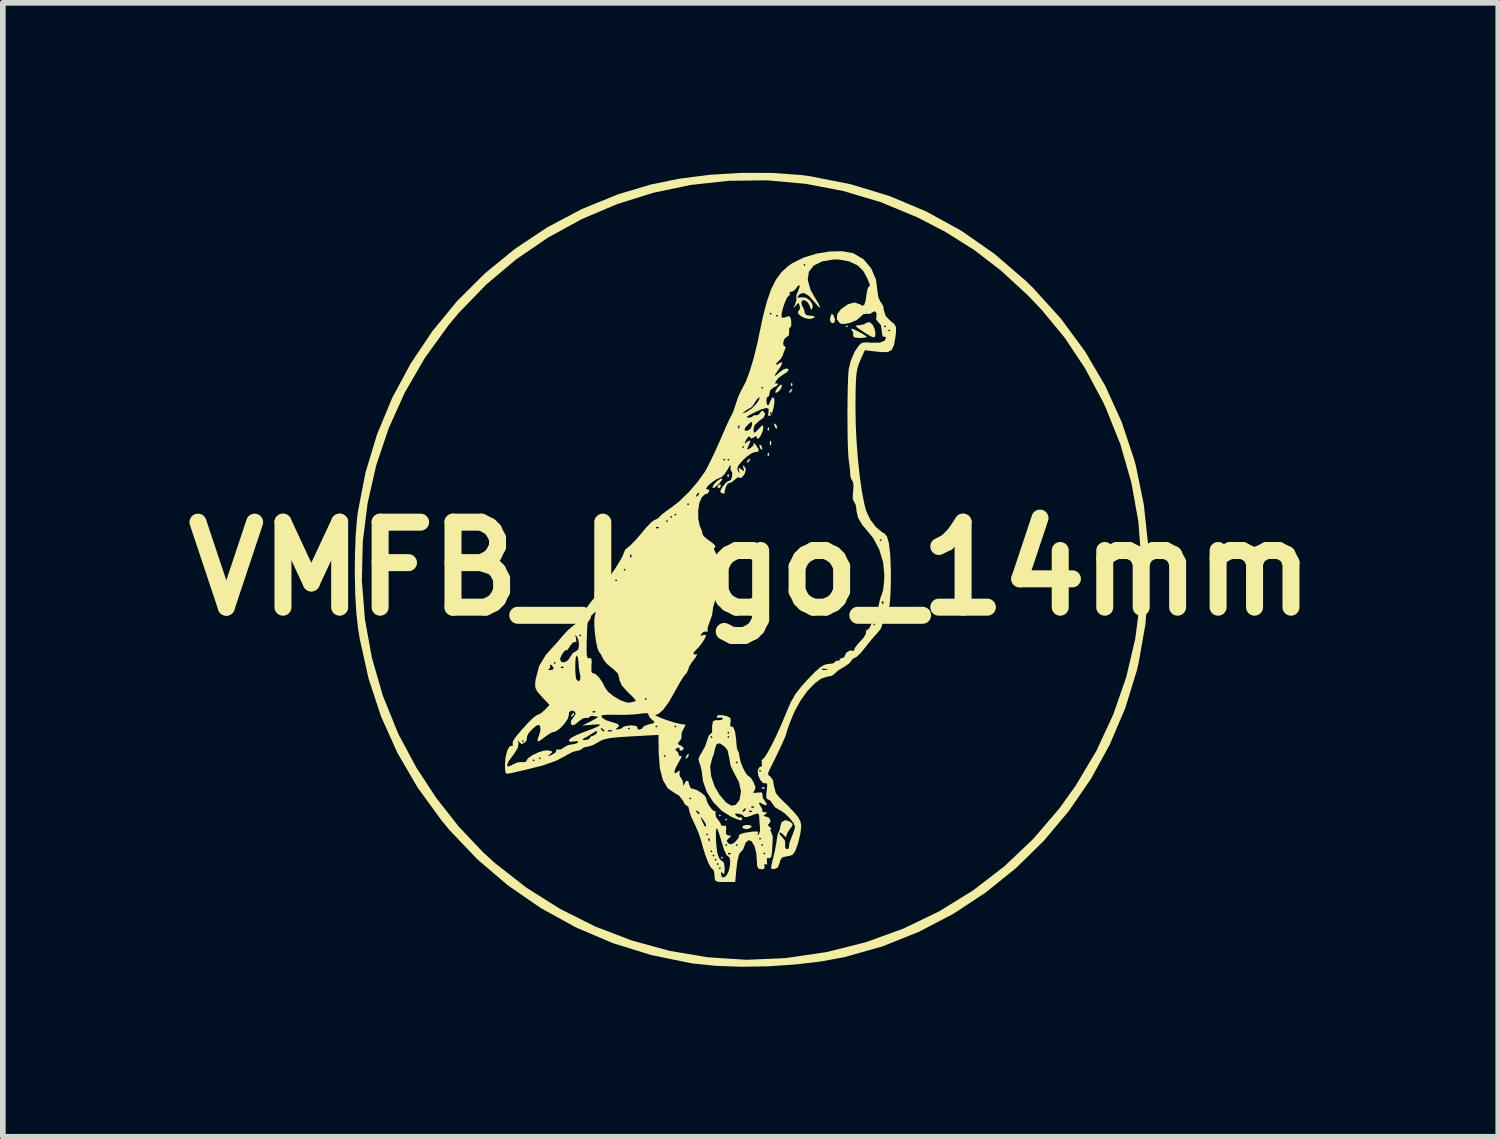
<source format=kicad_pcb>
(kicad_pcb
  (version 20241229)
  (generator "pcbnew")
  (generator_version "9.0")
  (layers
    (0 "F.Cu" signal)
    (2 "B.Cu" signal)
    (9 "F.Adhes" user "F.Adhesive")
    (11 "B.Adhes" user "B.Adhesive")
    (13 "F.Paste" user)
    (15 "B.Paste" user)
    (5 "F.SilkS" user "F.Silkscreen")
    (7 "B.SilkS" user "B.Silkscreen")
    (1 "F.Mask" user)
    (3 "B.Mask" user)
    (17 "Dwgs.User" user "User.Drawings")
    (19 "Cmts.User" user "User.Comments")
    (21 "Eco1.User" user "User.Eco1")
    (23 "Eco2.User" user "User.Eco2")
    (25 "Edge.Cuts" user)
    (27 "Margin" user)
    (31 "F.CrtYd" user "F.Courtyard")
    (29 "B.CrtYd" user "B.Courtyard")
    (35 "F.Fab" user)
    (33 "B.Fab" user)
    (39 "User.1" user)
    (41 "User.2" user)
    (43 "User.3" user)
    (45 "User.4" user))
  (footprint "VMFB_logo_14mm"
    (layer "F.Cu")
    (at 10.193 6.985)
    (property "Reference" "VMFB_logo_14mm" (at 0 0 0) (layer "F.SilkS") (effects (font (size 1.5 1.5) (thickness 0.3))))
    (attr board_only exclude_from_pos_files exclude_from_bom)
    (fp_poly (pts (xy -0.523 4.352) (xy -0.542 4.37) (xy -0.56 4.352) (xy -0.542 4.333)) (stroke (width 0) (type solid)) (fill yes) (layer "F.SilkS"))
    (fp_poly (pts (xy -0.486 5.099) (xy -0.504 5.117) (xy -0.523 5.099) (xy -0.504 5.08)) (stroke (width 0) (type solid)) (fill yes) (layer "F.SilkS"))
    (fp_poly (pts (xy -0.411 4.426) (xy -0.43 4.445) (xy -0.448 4.426) (xy -0.43 4.408)) (stroke (width 0) (type solid)) (fill yes) (layer "F.SilkS"))
    (fp_poly (pts (xy 1.718 -4.277) (xy 1.7 -4.258) (xy 1.681 -4.277) (xy 1.7 -4.296)) (stroke (width 0) (type solid)) (fill yes) (layer "F.SilkS"))
    (fp_poly (pts (xy -0.386 -1.668) (xy -0.382 -1.624) (xy -0.386 -1.619) (xy -0.408 -1.624) (xy -0.411 -1.644) (xy -0.397 -1.674)) (stroke (width 0) (type solid)) (fill yes) (layer "F.SilkS"))
    (fp_poly (pts (xy 0.249 3.86) (xy 0.244 3.882) (xy 0.224 3.885) (xy 0.193 3.871) (xy 0.199 3.86) (xy 0.244 3.855)) (stroke (width 0) (type solid)) (fill yes) (layer "F.SilkS"))
    (fp_poly (pts (xy 0.324 -2.49) (xy 0.328 -2.446) (xy 0.324 -2.44) (xy 0.302 -2.446) (xy 0.299 -2.465) (xy 0.312 -2.496)) (stroke (width 0) (type solid)) (fill yes) (layer "F.SilkS"))
    (fp_poly (pts (xy 0.324 -2.042) (xy 0.328 -1.998) (xy 0.324 -1.992) (xy 0.302 -1.997) (xy 0.299 -2.017) (xy 0.312 -2.048)) (stroke (width 0) (type solid)) (fill yes) (layer "F.SilkS"))
    (fp_poly (pts (xy 0.362 -2.248) (xy 0.366 -2.19) (xy 0.359 -2.177) (xy 0.342 -2.188) (xy 0.339 -2.226) (xy 0.348 -2.265)) (stroke (width 0) (type solid)) (fill yes) (layer "F.SilkS"))
    (fp_poly (pts (xy 0.735 -3.275) (xy 0.739 -3.23) (xy 0.735 -3.225) (xy 0.712 -3.23) (xy 0.71 -3.25) (xy 0.723 -3.28)) (stroke (width 0) (type solid)) (fill yes) (layer "F.SilkS"))
    (fp_poly (pts (xy -1.095 3.307) (xy -1.116 3.334) (xy -1.147 3.358) (xy -1.14 3.321) (xy -1.137 3.313) (xy -1.107 3.268) (xy -1.09 3.267)) (stroke (width 0) (type solid)) (fill yes) (layer "F.SilkS"))
    (fp_poly (pts (xy 0.186 -2.177) (xy 0.2 -2.149) (xy 0.209 -2.097) (xy 0.184 -2.107) (xy 0.167 -2.132) (xy 0.155 -2.18) (xy 0.16 -2.189)) (stroke (width 0) (type solid)) (fill yes) (layer "F.SilkS"))
    (fp_poly (pts (xy 0.447 -2.55) (xy 0.461 -2.523) (xy 0.471 -2.47) (xy 0.446 -2.481) (xy 0.428 -2.505) (xy 0.417 -2.554) (xy 0.421 -2.563)) (stroke (width 0) (type solid)) (fill yes) (layer "F.SilkS"))
    (fp_poly (pts (xy -3.112 2.564) (xy -3.119 2.577) (xy -3.154 2.613) (xy -3.161 2.615) (xy -3.163 2.591) (xy -3.156 2.577) (xy -3.121 2.542) (xy -3.115 2.54)) (stroke (width 0) (type solid)) (fill yes) (layer "F.SilkS"))
    (fp_poly (pts (xy -0.523 -1.465) (xy -0.523 -1.457) (xy -0.552 -1.421) (xy -0.562 -1.419) (xy -0.585 -1.442) (xy -0.579 -1.457) (xy -0.545 -1.492) (xy -0.539 -1.494)) (stroke (width 0) (type solid)) (fill yes) (layer "F.SilkS"))
    (fp_poly (pts (xy -0.012 -1.918) (xy -0.019 -1.905) (xy -0.054 -1.869) (xy -0.06 -1.868) (xy -0.063 -1.892) (xy -0.056 -1.905) (xy -0.021 -1.941) (xy -0.014 -1.942)) (stroke (width 0) (type solid)) (fill yes) (layer "F.SilkS"))
    (fp_poly (pts (xy 0.01 4.532) (xy 0.019 4.557) (xy -0.034 4.588) (xy -0.077 4.594) (xy -0.136 4.578) (xy -0.149 4.557) (xy -0.117 4.529) (xy -0.054 4.52)) (stroke (width 0) (type solid)) (fill yes) (layer "F.SilkS"))
    (fp_poly (pts (xy 0.735 -3.151) (xy 0.728 -3.138) (xy 0.693 -3.102) (xy 0.687 -3.1) (xy 0.684 -3.124) (xy 0.691 -3.138) (xy 0.726 -3.173) (xy 0.733 -3.175)) (stroke (width 0) (type solid)) (fill yes) (layer "F.SilkS"))
    (fp_poly (pts (xy 1.46 -4.478) (xy 1.461 -4.476) (xy 1.49 -4.402) (xy 1.482 -4.347) (xy 1.448 -4.331) (xy 1.411 -4.354) (xy 1.402 -4.402) (xy 1.41 -4.45) (xy 1.432 -4.499)) (stroke (width 0) (type solid)) (fill yes) (layer "F.SilkS"))
    (fp_poly (pts (xy -0.509 -1.558) (xy -0.562 -1.496) (xy -0.577 -1.481) (xy -0.643 -1.426) (xy -0.672 -1.43) (xy -0.672 -1.438) (xy -0.648 -1.487) (xy -0.594 -1.544) (xy -0.534 -1.585) (xy -0.495 -1.591)) (stroke (width 0) (type solid)) (fill yes) (layer "F.SilkS"))
    (fp_poly (pts (xy 0.554 -3.245) (xy 0.543 -3.189) (xy 0.496 -3.129) (xy 0.442 -3.1) (xy 0.442 -3.1) (xy 0.437 -3.125) (xy 0.472 -3.186) (xy 0.475 -3.19) (xy 0.524 -3.243) (xy 0.554 -3.246)) (stroke (width 0) (type solid)) (fill yes) (layer "F.SilkS"))
    (fp_poly (pts (xy 1.812 -4.228) (xy 1.896 -4.188) (xy 1.989 -4.137) (xy 2.046 -4.1) (xy 2.054 -4.089) (xy 2.021 -4.078) (xy 1.94 -4.072) (xy 1.921 -4.071) (xy 1.834 -4.081) (xy 1.81 -4.106) (xy 1.813 -4.11) (xy 1.811 -4.167) (xy 1.787 -4.209) (xy 1.773 -4.237)) (stroke (width 0) (type solid)) (fill yes) (layer "F.SilkS"))
    (fp_poly (pts (xy 2.151 -4.309) (xy 2.191 -4.23) (xy 2.203 -4.156) (xy 2.198 -4.099) (xy 2.175 -4.081) (xy 2.119 -4.101) (xy 2.019 -4.162) (xy 1.982 -4.186) (xy 1.89 -4.249) (xy 1.856 -4.282) (xy 1.874 -4.294) (xy 1.909 -4.296) (xy 1.999 -4.312) (xy 2.047 -4.34) (xy 2.098 -4.352)) (stroke (width 0) (type solid)) (fill yes) (layer "F.SilkS"))
    (fp_poly (pts (xy 0.378 -6.984) (xy 0.89 -6.947) (xy 1.041 -6.927) (xy 1.761 -6.786) (xy 2.447 -6.578) (xy 3.1 -6.304) (xy 3.72 -5.963) (xy 4.304 -5.556) (xy 4.854 -5.082) (xy 4.988 -4.951) (xy 5.477 -4.412) (xy 5.9 -3.837) (xy 6.258 -3.228) (xy 6.55 -2.586) (xy 6.773 -1.914) (xy 6.8 -1.812) (xy 6.939 -1.134) (xy 7.014 -0.434) (xy 7.023 0.274) (xy 6.968 0.977) (xy 6.848 1.659) (xy 6.815 1.8) (xy 6.609 2.466) (xy 6.338 3.103) (xy 6.006 3.708) (xy 5.616 4.275) (xy 5.174 4.802) (xy 4.684 5.282) (xy 4.149 5.713) (xy 3.576 6.09) (xy 2.967 6.408) (xy 2.327 6.664) (xy 1.661 6.852) (xy 1.651 6.854) (xy 1.24 6.93) (xy 0.786 6.983) (xy 0.311 7.015) (xy -0.163 7.023) (xy -0.613 7.007) (xy -1.018 6.965) (xy -1.046 6.961) (xy -1.751 6.817) (xy -2.433 6.605) (xy -3.085 6.327) (xy -3.704 5.986) (xy -4.285 5.584) (xy -4.822 5.126) (xy -5.311 4.612) (xy -5.45 4.445) (xy -5.874 3.862) (xy -6.23 3.251) (xy -6.518 2.611) (xy -6.74 1.938) (xy -6.897 1.23) (xy -6.927 1.041) (xy -6.956 0.773) (xy -6.975 0.453) (xy -6.98 0.209) (xy -6.858 0.209) (xy -6.804 0.893) (xy -6.681 1.571) (xy -6.488 2.24) (xy -6.224 2.892) (xy -6.196 2.95) (xy -5.896 3.51) (xy -5.543 4.048) (xy -5.15 4.548) (xy -4.726 4.996) (xy -4.512 5.192) (xy -3.957 5.626) (xy -3.364 6) (xy -2.742 6.312) (xy -2.094 6.56) (xy -1.429 6.742) (xy -0.753 6.856) (xy -0.071 6.9) (xy 0.609 6.871) (xy 0.619 6.87) (xy 1.34 6.764) (xy 2.034 6.59) (xy 2.699 6.349) (xy 3.33 6.044) (xy 3.924 5.677) (xy 4.478 5.251) (xy 4.988 4.767) (xy 5.45 4.228) (xy 5.736 3.829) (xy 6.103 3.212) (xy 6.4 2.572) (xy 6.629 1.911) (xy 6.788 1.236) (xy 6.876 0.551) (xy 6.895 -0.14) (xy 6.843 -0.831) (xy 6.72 -1.517) (xy 6.526 -2.194) (xy 6.26 -2.857) (xy 6.215 -2.951) (xy 5.901 -3.538) (xy 5.545 -4.073) (xy 5.134 -4.571) (xy 4.878 -4.838) (xy 4.418 -5.261) (xy 3.946 -5.624) (xy 3.44 -5.942) (xy 2.95 -6.197) (xy 2.303 -6.466) (xy 1.641 -6.664) (xy 0.969 -6.792) (xy 0.293 -6.853) (xy -0.383 -6.845) (xy -1.053 -6.772) (xy -1.713 -6.634) (xy -2.356 -6.433) (xy -2.978 -6.169) (xy -3.573 -5.843) (xy -4.137 -5.458) (xy -4.664 -5.014) (xy -5.15 -4.512) (xy -5.328 -4.299) (xy -5.746 -3.72) (xy -6.099 -3.112) (xy -6.385 -2.478) (xy -6.605 -1.824) (xy -6.757 -1.155) (xy -6.842 -0.475) (xy -6.858 0.209) (xy -6.98 0.209) (xy -6.983 0.105) (xy -6.98 -0.249) (xy -6.967 -0.587) (xy -6.943 -0.886) (xy -6.928 -1.006) (xy -6.793 -1.701) (xy -6.59 -2.372) (xy -6.323 -3.014) (xy -5.996 -3.622) (xy -5.613 -4.193) (xy -5.177 -4.723) (xy -4.691 -5.208) (xy -4.16 -5.642) (xy -3.587 -6.024) (xy -2.976 -6.347) (xy -2.331 -6.609) (xy -1.756 -6.78) (xy -1.258 -6.882) (xy -0.72 -6.951) (xy -0.167 -6.985)) (stroke (width 0) (type solid)) (fill yes) (layer "F.SilkS"))
    (fp_poly (pts (xy 1.806 -5.568) (xy 1.819 -5.563) (xy 1.995 -5.459) (xy 2.129 -5.3) (xy 2.214 -5.1) (xy 2.241 -4.888) (xy 2.256 -4.785) (xy 2.292 -4.712) (xy 2.297 -4.706) (xy 2.34 -4.636) (xy 2.353 -4.56) (xy 2.386 -4.456) (xy 2.468 -4.374) (xy 2.535 -4.319) (xy 2.566 -4.266) (xy 2.568 -4.189) (xy 2.558 -4.096) (xy 2.532 -3.948) (xy 2.493 -3.862) (xy 2.425 -3.824) (xy 2.311 -3.822) (xy 2.234 -3.83) (xy 2.016 -3.855) (xy 1.935 -3.674) (xy 1.905 -3.599) (xy 1.883 -3.523) (xy 1.868 -3.43) (xy 1.859 -3.307) (xy 1.854 -3.141) (xy 1.852 -2.917) (xy 1.851 -2.857) (xy 1.856 -2.546) (xy 1.872 -2.223) (xy 1.897 -1.905) (xy 1.93 -1.605) (xy 1.969 -1.339) (xy 2.012 -1.123) (xy 2.044 -1.011) (xy 2.115 -0.863) (xy 2.215 -0.732) (xy 2.324 -0.643) (xy 2.357 -0.627) (xy 2.406 -0.572) (xy 2.442 -0.448) (xy 2.465 -0.254) (xy 2.475 0.012) (xy 2.475 0.219) (xy 2.47 0.426) (xy 2.461 0.576) (xy 2.445 0.684) (xy 2.419 0.768) (xy 2.392 0.827) (xy 2.345 0.926) (xy 2.318 0.999) (xy 2.316 1.015) (xy 2.292 1.068) (xy 2.233 1.139) (xy 2.232 1.14) (xy 2.161 1.219) (xy 2.071 1.327) (xy 2.017 1.397) (xy 1.94 1.49) (xy 1.874 1.553) (xy 1.844 1.569) (xy 1.794 1.599) (xy 1.78 1.623) (xy 1.735 1.675) (xy 1.651 1.732) (xy 1.636 1.74) (xy 1.546 1.795) (xy 1.487 1.848) (xy 1.483 1.854) (xy 1.427 1.892) (xy 1.351 1.905) (xy 1.248 1.938) (xy 1.128 2.027) (xy 1.002 2.16) (xy 0.883 2.325) (xy 0.781 2.509) (xy 0.751 2.577) (xy 0.697 2.712) (xy 0.656 2.821) (xy 0.636 2.887) (xy 0.635 2.894) (xy 0.619 2.945) (xy 0.576 3.047) (xy 0.513 3.184) (xy 0.437 3.342) (xy 0.356 3.504) (xy 0.345 3.526) (xy 0.31 3.602) (xy 0.316 3.643) (xy 0.35 3.667) (xy 0.397 3.732) (xy 0.411 3.822) (xy 0.446 3.958) (xy 0.508 4.035) (xy 0.663 4.186) (xy 0.771 4.299) (xy 0.84 4.383) (xy 0.877 4.452) (xy 0.892 4.515) (xy 0.893 4.557) (xy 0.879 4.672) (xy 0.847 4.812) (xy 0.828 4.875) (xy 0.786 4.986) (xy 0.745 5.044) (xy 0.686 5.068) (xy 0.647 5.073) (xy 0.56 5.093) (xy 0.523 5.145) (xy 0.516 5.185) (xy 0.482 5.27) (xy 0.425 5.297) (xy 0.381 5.299) (xy 0.363 5.28) (xy 0.37 5.221) (xy 0.398 5.11) (xy 0.43 4.972) (xy 0.454 4.843) (xy 0.461 4.791) (xy 0.476 4.7) (xy 0.496 4.646) (xy 0.497 4.645) (xy 0.52 4.589) (xy 0.523 4.555) (xy 0.549 4.47) (xy 0.615 4.435) (xy 0.694 4.461) (xy 0.742 4.504) (xy 0.734 4.544) (xy 0.7 4.585) (xy 0.65 4.659) (xy 0.634 4.709) (xy 0.623 4.737) (xy 0.586 4.702) (xy 0.583 4.698) (xy 0.536 4.656) (xy 0.51 4.657) (xy 0.517 4.693) (xy 0.557 4.731) (xy 0.609 4.802) (xy 0.61 4.851) (xy 0.612 4.921) (xy 0.632 4.947) (xy 0.669 4.941) (xy 0.677 4.914) (xy 0.684 4.854) (xy 0.701 4.796) (xy 0.736 4.706) (xy 0.741 4.695) (xy 0.772 4.607) (xy 0.784 4.551) (xy 0.758 4.487) (xy 0.692 4.402) (xy 0.609 4.321) (xy 0.532 4.266) (xy 0.509 4.257) (xy 0.431 4.209) (xy 0.393 4.154) (xy 0.347 4.09) (xy 0.308 4.071) (xy 0.28 4.049) (xy 0.278 3.974) (xy 0.285 3.916) (xy 0.295 3.817) (xy 0.282 3.783) (xy 0.269 3.787) (xy 0.221 3.781) (xy 0.171 3.726) (xy 0.135 3.647) (xy 0.127 3.567) (xy 0.149 3.567) (xy 0.168 3.586) (xy 0.187 3.567) (xy 0.168 3.549) (xy 0.149 3.567) (xy 0.127 3.567) (xy 0.127 3.567) (xy 0.13 3.55) (xy 0.161 3.497) (xy 0.186 3.492) (xy 0.203 3.479) (xy 0.198 3.437) (xy 0.196 3.377) (xy 0.213 3.362) (xy 0.247 3.329) (xy 0.303 3.24) (xy 0.375 3.108) (xy 0.455 2.944) (xy 0.538 2.761) (xy 0.617 2.573) (xy 0.638 2.521) (xy 0.711 2.352) (xy 0.792 2.212) (xy 0.899 2.074) (xy 1.01 1.952) (xy 1.136 1.822) (xy 1.182 1.782) (xy 1.256 1.782) (xy 1.307 1.787) (xy 1.36 1.781) (xy 1.354 1.768) (xy 1.278 1.763) (xy 1.261 1.768) (xy 1.256 1.782) (xy 1.182 1.782) (xy 1.229 1.74) (xy 1.301 1.696) (xy 1.365 1.681) (xy 1.38 1.681) (xy 1.459 1.67) (xy 1.494 1.642) (xy 1.494 1.641) (xy 1.517 1.619) (xy 1.531 1.625) (xy 1.566 1.622) (xy 1.569 1.608) (xy 1.597 1.578) (xy 1.614 1.578) (xy 1.656 1.558) (xy 1.661 1.539) (xy 1.692 1.478) (xy 1.757 1.442) (xy 1.81 1.447) (xy 1.832 1.452) (xy 1.826 1.443) (xy 1.836 1.404) (xy 1.889 1.334) (xy 1.931 1.288) (xy 2.002 1.207) (xy 2.037 1.142) (xy 2.036 1.122) (xy 2.039 1.086) (xy 2.054 1.083) (xy 2.094 1.052) (xy 2.133 0.975) (xy 2.135 0.971) (xy 2.166 0.971) (xy 2.18 1.002) (xy 2.191 0.996) (xy 2.196 0.952) (xy 2.191 0.946) (xy 2.169 0.951) (xy 2.166 0.971) (xy 2.135 0.971) (xy 2.171 0.894) (xy 2.206 0.859) (xy 2.207 0.859) (xy 2.235 0.836) (xy 2.235 0.831) (xy 2.238 0.774) (xy 2.246 0.728) (xy 2.279 0.728) (xy 2.297 0.747) (xy 2.316 0.728) (xy 2.297 0.71) (xy 2.279 0.728) (xy 2.246 0.728) (xy 2.254 0.677) (xy 2.271 0.598) (xy 2.316 0.598) (xy 2.33 0.628) (xy 2.341 0.623) (xy 2.345 0.578) (xy 2.341 0.573) (xy 2.319 0.578) (xy 2.316 0.598) (xy 2.271 0.598) (xy 2.277 0.572) (xy 2.3 0.489) (xy 2.31 0.468) (xy 2.339 0.378) (xy 2.356 0.227) (xy 2.361 0.11) (xy 2.339 -0.116) (xy 2.27 -0.341) (xy 2.184 -0.504) (xy 2.279 -0.504) (xy 2.297 -0.486) (xy 2.316 -0.504) (xy 2.297 -0.523) (xy 2.279 -0.504) (xy 2.184 -0.504) (xy 2.165 -0.539) (xy 2.098 -0.623) (xy 1.971 -0.773) (xy 1.897 -0.9) (xy 1.869 -1.019) (xy 1.868 -1.048) (xy 1.854 -1.133) (xy 1.827 -1.179) (xy 1.803 -1.234) (xy 1.807 -1.347) (xy 1.81 -1.364) (xy 1.817 -1.474) (xy 1.804 -1.541) (xy 1.796 -1.548) (xy 1.768 -1.599) (xy 1.759 -1.673) (xy 1.751 -1.783) (xy 1.734 -1.905) (xy 1.734 -1.905) (xy 1.725 -1.992) (xy 1.718 -2.138) (xy 1.713 -2.327) (xy 1.711 -2.545) (xy 1.71 -2.774) (xy 1.712 -3.001) (xy 1.716 -3.208) (xy 1.722 -3.381) (xy 1.73 -3.504) (xy 1.732 -3.52) (xy 1.768 -3.666) (xy 1.83 -3.814) (xy 1.851 -3.851) (xy 1.914 -3.943) (xy 1.967 -3.986) (xy 2.041 -3.995) (xy 2.131 -3.988) (xy 2.28 -3.989) (xy 2.367 -4.024) (xy 2.391 -4.081) (xy 2.367 -4.096) (xy 2.353 -4.09) (xy 2.328 -4.106) (xy 2.316 -4.181) (xy 2.316 -4.196) (xy 2.315 -4.202) (xy 2.428 -4.202) (xy 2.447 -4.184) (xy 2.465 -4.202) (xy 2.447 -4.221) (xy 2.428 -4.202) (xy 2.315 -4.202) (xy 2.303 -4.277) (xy 2.353 -4.277) (xy 2.372 -4.258) (xy 2.391 -4.277) (xy 2.372 -4.296) (xy 2.353 -4.277) (xy 2.303 -4.277) (xy 2.298 -4.303) (xy 2.257 -4.347) (xy 2.216 -4.396) (xy 2.221 -4.442) (xy 2.223 -4.507) (xy 2.194 -4.543) (xy 2.154 -4.528) (xy 2.147 -4.518) (xy 2.096 -4.494) (xy 2.062 -4.5) (xy 1.991 -4.491) (xy 1.942 -4.445) (xy 1.872 -4.388) (xy 1.769 -4.343) (xy 1.664 -4.319) (xy 1.586 -4.324) (xy 1.579 -4.328) (xy 1.522 -4.403) (xy 1.531 -4.495) (xy 1.594 -4.579) (xy 1.718 -4.666) (xy 1.832 -4.698) (xy 1.923 -4.669) (xy 1.925 -4.668) (xy 1.976 -4.639) (xy 2.009 -4.66) (xy 2.032 -4.739) (xy 2.045 -4.835) (xy 2.062 -4.93) (xy 2.085 -4.981) (xy 2.097 -4.983) (xy 2.107 -4.997) (xy 2.088 -5.056) (xy 2.05 -5.143) (xy 1.998 -5.238) (xy 1.988 -5.254) (xy 1.888 -5.353) (xy 1.738 -5.423) (xy 1.56 -5.456) (xy 1.476 -5.457) (xy 1.264 -5.423) (xy 1.114 -5.349) (xy 1.029 -5.239) (xy 1.009 -5.097) (xy 1.057 -4.924) (xy 1.131 -4.791) (xy 1.198 -4.681) (xy 1.227 -4.617) (xy 1.219 -4.606) (xy 1.173 -4.652) (xy 1.136 -4.697) (xy 1.028 -4.815) (xy 0.942 -4.866) (xy 0.874 -4.85) (xy 0.854 -4.83) (xy 0.825 -4.786) (xy 0.853 -4.782) (xy 0.889 -4.79) (xy 0.976 -4.783) (xy 1.052 -4.73) (xy 1.095 -4.656) (xy 1.092 -4.6) (xy 1.071 -4.569) (xy 1.053 -4.605) (xy 1.046 -4.632) (xy 1.012 -4.697) (xy 0.96 -4.736) (xy 0.914 -4.737) (xy 0.896 -4.697) (xy 0.914 -4.63) (xy 0.924 -4.617) (xy 0.949 -4.559) (xy 0.952 -4.526) (xy 0.981 -4.477) (xy 1.052 -4.465) (xy 1.119 -4.457) (xy 1.134 -4.437) (xy 1.087 -4.414) (xy 1.032 -4.408) (xy 0.957 -4.423) (xy 0.886 -4.459) (xy 0.839 -4.502) (xy 0.836 -4.536) (xy 0.846 -4.543) (xy 0.872 -4.588) (xy 0.869 -4.634) (xy 0.85 -4.685) (xy 0.822 -4.673) (xy 0.796 -4.642) (xy 0.761 -4.601) (xy 0.764 -4.619) (xy 0.784 -4.661) (xy 0.809 -4.736) (xy 0.807 -4.775) (xy 0.809 -4.826) (xy 0.84 -4.905) (xy 0.867 -4.975) (xy 0.862 -5.005) (xy 0.861 -5.005) (xy 0.822 -4.976) (xy 0.808 -4.949) (xy 0.757 -4.9) (xy 0.727 -4.893) (xy 0.688 -4.875) (xy 0.691 -4.856) (xy 0.689 -4.821) (xy 0.676 -4.819) (xy 0.646 -4.786) (xy 0.609 -4.707) (xy 0.574 -4.606) (xy 0.55 -4.51) (xy 0.546 -4.444) (xy 0.548 -4.436) (xy 0.589 -4.428) (xy 0.633 -4.444) (xy 0.683 -4.459) (xy 0.708 -4.421) (xy 0.718 -4.369) (xy 0.719 -4.292) (xy 0.7 -4.258) (xy 0.699 -4.258) (xy 0.678 -4.229) (xy 0.683 -4.185) (xy 0.675 -4.114) (xy 0.639 -4.091) (xy 0.597 -4.053) (xy 0.576 -3.991) (xy 0.583 -3.937) (xy 0.608 -3.922) (xy 0.62 -3.898) (xy 0.61 -3.875) (xy 0.577 -3.795) (xy 0.573 -3.774) (xy 0.537 -3.706) (xy 0.506 -3.676) (xy 0.458 -3.628) (xy 0.448 -3.605) (xy 0.471 -3.601) (xy 0.504 -3.623) (xy 0.55 -3.648) (xy 0.557 -3.623) (xy 0.528 -3.561) (xy 0.483 -3.498) (xy 0.432 -3.424) (xy 0.43 -3.401) (xy 0.476 -3.434) (xy 0.507 -3.463) (xy 0.579 -3.517) (xy 0.641 -3.535) (xy 0.672 -3.513) (xy 0.672 -3.507) (xy 0.642 -3.467) (xy 0.586 -3.433) (xy 0.498 -3.371) (xy 0.453 -3.318) (xy 0.431 -3.27) (xy 0.445 -3.267) (xy 0.482 -3.269) (xy 0.486 -3.256) (xy 0.454 -3.22) (xy 0.411 -3.202) (xy 0.348 -3.151) (xy 0.336 -3.102) (xy 0.326 -3.045) (xy 0.308 -3.038) (xy 0.287 -3.021) (xy 0.28 -2.966) (xy 0.291 -2.891) (xy 0.318 -2.885) (xy 0.347 -2.95) (xy 0.347 -2.951) (xy 0.377 -3.011) (xy 0.401 -3.026) (xy 0.42 -2.995) (xy 0.42 -2.92) (xy 0.404 -2.828) (xy 0.378 -2.746) (xy 0.346 -2.699) (xy 0.342 -2.697) (xy 0.308 -2.703) (xy 0.314 -2.745) (xy 0.336 -2.745) (xy 0.355 -2.727) (xy 0.374 -2.745) (xy 0.355 -2.764) (xy 0.336 -2.745) (xy 0.314 -2.745) (xy 0.316 -2.76) (xy 0.321 -2.82) (xy 0.28 -2.837) (xy 0.188 -2.811) (xy 0.082 -2.763) (xy -0.024 -2.71) (xy -0.068 -2.679) (xy -0.054 -2.666) (xy -0.019 -2.665) (xy 0.031 -2.681) (xy 0.037 -2.694) (xy 0.065 -2.71) (xy 0.089 -2.705) (xy 0.143 -2.717) (xy 0.163 -2.746) (xy 0.2 -2.786) (xy 0.224 -2.783) (xy 0.26 -2.73) (xy 0.229 -2.665) (xy 0.157 -2.612) (xy 0.076 -2.539) (xy 0.053 -2.472) (xy 0.056 -2.409) (xy 0.075 -2.4) (xy 0.124 -2.446) (xy 0.148 -2.472) (xy 0.201 -2.526) (xy 0.221 -2.526) (xy 0.224 -2.479) (xy 0.211 -2.417) (xy 0.181 -2.351) (xy 0.146 -2.302) (xy 0.12 -2.29) (xy 0.113 -2.311) (xy 0.1 -2.343) (xy 0.06 -2.319) (xy 0.012 -2.295) (xy -0.009 -2.324) (xy -0.034 -2.334) (xy -0.075 -2.278) (xy -0.105 -2.216) (xy -0.096 -2.21) (xy -0.062 -2.236) (xy -0.011 -2.267) (xy -0.005 -2.239) (xy -0.04 -2.161) (xy -0.063 -2.109) (xy -0.038 -2.11) (xy -0.002 -2.128) (xy 0.05 -2.176) (xy 0.054 -2.215) (xy 0.056 -2.225) (xy 0.091 -2.187) (xy 0.143 -2.105) (xy 0.134 -2.063) (xy 0.084 -2.06) (xy 0.022 -2.04) (xy -0.064 -1.98) (xy -0.121 -1.928) (xy -0.203 -1.838) (xy -0.234 -1.777) (xy -0.224 -1.729) (xy -0.221 -1.724) (xy -0.193 -1.685) (xy -0.197 -1.713) (xy -0.203 -1.733) (xy -0.213 -1.781) (xy -0.185 -1.77) (xy -0.162 -1.752) (xy -0.117 -1.72) (xy -0.116 -1.746) (xy -0.126 -1.774) (xy -0.139 -1.823) (xy -0.116 -1.811) (xy -0.108 -1.803) (xy -0.081 -1.753) (xy -0.101 -1.683) (xy -0.112 -1.662) (xy -0.155 -1.606) (xy -0.187 -1.606) (xy -0.187 -1.606) (xy -0.226 -1.613) (xy -0.279 -1.571) (xy -0.338 -1.522) (xy -0.376 -1.514) (xy -0.406 -1.498) (xy -0.437 -1.44) (xy -0.457 -1.371) (xy -0.456 -1.337) (xy -0.477 -1.324) (xy -0.504 -1.331) (xy -0.535 -1.355) (xy -0.522 -1.401) (xy -0.482 -1.461) (xy -0.424 -1.528) (xy -0.38 -1.553) (xy -0.375 -1.551) (xy -0.347 -1.568) (xy -0.327 -1.625) (xy -0.323 -1.695) (xy -0.338 -1.718) (xy -0.354 -1.749) (xy -0.351 -1.802) (xy -0.352 -1.834) (xy -0.38 -1.797) (xy -0.402 -1.756) (xy -0.458 -1.669) (xy -0.511 -1.617) (xy -0.521 -1.613) (xy -0.594 -1.582) (xy -0.679 -1.526) (xy -0.751 -1.465) (xy -0.784 -1.418) (xy -0.784 -1.415) (xy -0.761 -1.395) (xy -0.747 -1.4) (xy -0.726 -1.394) (xy -0.733 -1.364) (xy -0.762 -1.322) (xy -0.775 -1.323) (xy -0.809 -1.311) (xy -0.861 -1.258) (xy -0.904 -1.159) (xy -0.924 -1.021) (xy -0.922 -0.874) (xy -0.894 -0.751) (xy -0.884 -0.728) (xy -0.854 -0.654) (xy -0.85 -0.616) (xy -0.826 -0.575) (xy -0.757 -0.515) (xy -0.718 -0.489) (xy -0.645 -0.432) (xy -0.618 -0.392) (xy -0.625 -0.383) (xy -0.648 -0.354) (xy -0.62 -0.29) (xy -0.613 -0.28) (xy -0.586 -0.222) (xy -0.571 -0.143) (xy -0.569 -0.024) (xy -0.577 0.15) (xy -0.579 0.172) (xy -0.592 0.336) (xy -0.609 0.475) (xy -0.626 0.571) (xy -0.635 0.598) (xy -0.663 0.69) (xy -0.666 0.732) (xy -0.678 0.812) (xy -0.713 0.918) (xy -0.722 0.938) (xy -0.754 1.031) (xy -0.759 1.095) (xy -0.755 1.103) (xy -0.754 1.116) (xy -0.771 1.108) (xy -0.826 1.113) (xy -0.86 1.141) (xy -0.887 1.181) (xy -0.857 1.178) (xy -0.846 1.173) (xy -0.794 1.165) (xy -0.784 1.174) (xy -0.806 1.229) (xy -0.856 1.31) (xy -0.916 1.387) (xy -0.961 1.431) (xy -1.004 1.48) (xy -1.009 1.498) (xy -0.985 1.517) (xy -0.965 1.509) (xy -0.943 1.508) (xy -0.961 1.55) (xy -1.014 1.623) (xy -1.036 1.65) (xy -1.084 1.729) (xy -1.098 1.774) (xy -1.128 1.843) (xy -1.147 1.861) (xy -1.182 1.904) (xy -1.24 1.996) (xy -1.309 2.119) (xy -1.325 2.148) (xy -1.443 2.355) (xy -1.545 2.493) (xy -1.631 2.565) (xy -1.678 2.578) (xy -1.675 2.589) (xy -1.613 2.619) (xy -1.506 2.661) (xy -1.475 2.672) (xy -1.342 2.714) (xy -1.233 2.741) (xy -1.171 2.748) (xy -1.167 2.747) (xy -1.147 2.756) (xy -1.179 2.818) (xy -1.18 2.82) (xy -1.216 2.896) (xy -1.217 2.946) (xy -1.222 2.998) (xy -1.251 3.039) (xy -1.286 3.085) (xy -1.256 3.111) (xy -1.232 3.119) (xy -1.183 3.156) (xy -1.19 3.197) (xy -1.237 3.212) (xy -1.257 3.189) (xy -1.252 3.175) (xy -1.258 3.155) (xy -1.294 3.164) (xy -1.331 3.19) (xy -1.315 3.204) (xy -1.274 3.249) (xy -1.27 3.274) (xy -1.25 3.309) (xy -1.226 3.301) (xy -1.215 3.311) (xy -1.241 3.369) (xy -1.263 3.406) (xy -1.321 3.514) (xy -1.345 3.585) (xy -1.332 3.61) (xy -1.288 3.585) (xy -1.247 3.558) (xy -1.249 3.586) (xy -1.253 3.595) (xy -1.252 3.658) (xy -1.235 3.678) (xy -1.201 3.731) (xy -1.191 3.784) (xy -1.185 3.834) (xy -1.173 3.812) (xy -1.17 3.801) (xy -1.136 3.742) (xy -1.099 3.749) (xy -1.083 3.81) (xy -1.056 3.873) (xy -1.014 3.885) (xy -0.948 3.905) (xy -0.869 3.953) (xy -0.805 4.008) (xy -0.783 4.05) (xy -0.77 4.106) (xy -0.73 4.18) (xy -0.682 4.246) (xy -0.642 4.277) (xy -0.634 4.276) (xy -0.613 4.283) (xy -0.619 4.308) (xy -0.612 4.374) (xy -0.581 4.419) (xy -0.534 4.482) (xy -0.523 4.516) (xy -0.496 4.539) (xy -0.469 4.534) (xy -0.432 4.536) (xy -0.429 4.593) (xy -0.432 4.61) (xy -0.433 4.683) (xy -0.393 4.706) (xy -0.386 4.706) (xy -0.342 4.711) (xy -0.362 4.737) (xy -0.383 4.753) (xy -0.422 4.798) (xy -0.398 4.841) (xy -0.394 4.844) (xy -0.344 4.865) (xy -0.283 4.83) (xy -0.265 4.814) (xy -0.223 4.763) (xy 0.149 4.763) (xy 0.168 4.781) (xy 0.187 4.763) (xy 0.168 4.744) (xy 0.149 4.763) (xy -0.223 4.763) (xy -0.214 4.752) (xy -0.204 4.709) (xy -0.184 4.684) (xy -0.111 4.661) (xy -0.083 4.656) (xy 0.048 4.637) (xy 0.117 4.636) (xy 0.136 4.653) (xy 0.127 4.675) (xy 0.123 4.701) (xy 0.139 4.694) (xy 0.165 4.643) (xy 0.168 4.586) (xy 0.159 4.48) (xy 0.154 4.4) (xy 0.148 4.336) (xy 0.122 4.318) (xy 0.057 4.338) (xy 0.019 4.354) (xy -0.064 4.381) (xy -0.109 4.381) (xy -0.112 4.375) (xy -0.144 4.344) (xy -0.206 4.324) (xy -0.268 4.318) (xy -0.27 4.34) (xy -0.258 4.356) (xy -0.206 4.39) (xy -0.183 4.386) (xy -0.151 4.393) (xy -0.149 4.405) (xy -0.153 4.434) (xy -0.174 4.44) (xy -0.231 4.423) (xy -0.338 4.378) (xy -0.343 4.375) (xy -0.474 4.293) (xy -0.14 4.293) (xy -0.135 4.296) (xy -0.103 4.271) (xy -0.025 4.271) (xy -0.02 4.293) (xy 0 4.296) (xy 0.031 4.282) (xy 0.025 4.271) (xy -0.019 4.266) (xy -0.025 4.271) (xy -0.103 4.271) (xy -0.101 4.269) (xy -0.093 4.258) (xy -0.084 4.223) (xy -0.089 4.221) (xy -0.123 4.247) (xy -0.131 4.258) (xy -0.14 4.293) (xy -0.474 4.293) (xy -0.508 4.272) (xy -0.581 4.196) (xy 0.012 4.196) (xy 0.018 4.218) (xy 0.037 4.221) (xy 0.068 4.207) (xy 0.062 4.196) (xy 0.018 4.192) (xy 0.012 4.196) (xy -0.581 4.196) (xy -0.656 4.12) (xy -0.771 3.94) (xy -0.837 3.756) (xy -0.846 3.694) (xy -0.862 3.567) (xy -0.88 3.491) (xy -0.712 3.491) (xy -0.695 3.662) (xy -0.633 3.843) (xy -0.544 3.993) (xy -0.433 4.123) (xy -0.339 4.181) (xy -0.262 4.167) (xy -0.198 4.084) (xy -0.193 4.072) (xy -0.169 3.93) (xy -0.205 3.764) (xy -0.299 3.588) (xy -0.304 3.58) (xy -0.353 3.472) (xy -0.362 3.418) (xy -0.261 3.418) (xy -0.243 3.436) (xy -0.224 3.418) (xy -0.243 3.399) (xy -0.261 3.418) (xy -0.362 3.418) (xy -0.374 3.349) (xy -0.374 3.348) (xy -0.404 3.207) (xy -0.456 3.139) (xy -0.541 3.081) (xy -0.597 3.092) (xy -0.627 3.173) (xy -0.627 3.178) (xy -0.654 3.288) (xy -0.679 3.35) (xy -0.712 3.491) (xy -0.88 3.491) (xy -0.887 3.462) (xy -0.901 3.429) (xy -0.92 3.359) (xy -0.889 3.284) (xy -0.868 3.253) (xy -0.805 3.141) (xy -0.767 3.033) (xy -0.746 2.97) (xy -0.71 2.97) (xy -0.691 2.988) (xy -0.672 2.97) (xy -0.411 2.97) (xy -0.392 2.988) (xy -0.374 2.97) (xy -0.392 2.951) (xy -0.411 2.97) (xy -0.672 2.97) (xy -0.691 2.951) (xy -0.71 2.97) (xy -0.746 2.97) (xy -0.74 2.952) (xy -0.709 2.914) (xy -0.707 2.914) (xy -0.682 2.895) (xy -0.411 2.895) (xy -0.392 2.914) (xy -0.374 2.895) (xy -0.392 2.876) (xy -0.411 2.895) (xy -0.682 2.895) (xy -0.677 2.891) (xy -0.677 2.886) (xy -0.679 2.83) (xy -0.677 2.76) (xy -0.661 2.689) (xy -0.608 2.67) (xy -0.579 2.673) (xy -0.509 2.667) (xy -0.486 2.645) (xy -0.513 2.623) (xy -0.542 2.628) (xy -0.59 2.629) (xy -0.598 2.614) (xy -0.57 2.582) (xy -0.484 2.586) (xy -0.417 2.602) (xy -0.355 2.634) (xy -0.349 2.697) (xy -0.354 2.716) (xy -0.36 2.779) (xy -0.339 2.784) (xy -0.303 2.797) (xy -0.274 2.875) (xy -0.254 3.011) (xy -0.25 3.074) (xy -0.241 3.163) (xy -0.226 3.21) (xy -0.223 3.212) (xy -0.206 3.245) (xy -0.195 3.315) (xy -0.175 3.406) (xy -0.136 3.509) (xy -0.088 3.6) (xy -0.044 3.655) (xy -0.03 3.661) (xy 0.005 3.69) (xy 0.051 3.762) (xy 0.053 3.767) (xy 0.087 3.853) (xy 0.074 3.908) (xy 0.063 3.921) (xy 0.045 3.952) (xy 0.084 3.956) (xy 0.124 3.95) (xy 0.197 3.946) (xy 0.212 3.973) (xy 0.209 3.982) (xy 0.217 4.045) (xy 0.249 4.091) (xy 0.287 4.15) (xy 0.272 4.177) (xy 0.215 4.154) (xy 0.206 4.147) (xy 0.159 4.123) (xy 0.149 4.139) (xy 0.177 4.194) (xy 0.187 4.203) (xy 0.209 4.247) (xy 0.204 4.261) (xy 0.215 4.29) (xy 0.25 4.296) (xy 0.295 4.302) (xy 0.269 4.328) (xy 0.261 4.333) (xy 0.226 4.362) (xy 0.258 4.37) (xy 0.267 4.37) (xy 0.325 4.393) (xy 0.353 4.443) (xy 0.337 4.489) (xy 0.325 4.496) (xy 0.305 4.523) (xy 0.336 4.554) (xy 0.368 4.586) (xy 0.36 4.594) (xy 0.349 4.617) (xy 0.362 4.641) (xy 0.39 4.716) (xy 0.392 4.763) (xy 0.387 4.849) (xy 0.381 4.965) (xy 0.38 4.981) (xy 0.368 5.077) (xy 0.34 5.109) (xy 0.322 5.105) (xy 0.286 5.109) (xy 0.29 5.163) (xy 0.294 5.218) (xy 0.268 5.215) (xy 0.24 5.214) (xy 0.247 5.246) (xy 0.244 5.293) (xy 0.191 5.304) (xy 0.139 5.292) (xy 0.116 5.243) (xy 0.112 5.16) (xy 0.101 5.024) (xy 0.224 5.024) (xy 0.243 5.043) (xy 0.261 5.024) (xy 0.243 5.005) (xy 0.224 5.024) (xy 0.101 5.024) (xy 0.1 5.011) (xy 0.067 4.889) (xy 0.058 4.875) (xy 0.187 4.875) (xy 0.205 4.893) (xy 0.224 4.875) (xy 0.205 4.856) (xy 0.187 4.875) (xy 0.058 4.875) (xy 0.02 4.81) (xy -0.032 4.789) (xy -0.085 4.831) (xy -0.106 4.887) (xy -0.135 4.962) (xy -0.169 4.992) (xy -0.204 5.042) (xy -0.232 5.16) (xy -0.246 5.27) (xy -0.271 5.528) (xy -0.453 5.528) (xy -0.562 5.526) (xy -0.615 5.51) (xy -0.633 5.469) (xy -0.635 5.416) (xy -0.644 5.337) (xy -0.666 5.304) (xy -0.667 5.304) (xy -0.686 5.285) (xy -0.56 5.285) (xy -0.542 5.304) (xy -0.523 5.285) (xy -0.542 5.267) (xy -0.56 5.285) (xy -0.686 5.285) (xy -0.702 5.27) (xy -0.733 5.211) (xy -0.598 5.211) (xy -0.579 5.229) (xy -0.56 5.211) (xy -0.579 5.192) (xy -0.598 5.211) (xy -0.733 5.211) (xy -0.749 5.18) (xy -0.766 5.136) (xy -0.635 5.136) (xy -0.616 5.155) (xy -0.598 5.136) (xy -0.616 5.117) (xy -0.635 5.136) (xy -0.766 5.136) (xy -0.794 5.061) (xy -0.672 5.061) (xy -0.654 5.08) (xy -0.635 5.061) (xy -0.654 5.043) (xy -0.672 5.061) (xy -0.794 5.061) (xy -0.799 5.049) (xy -0.818 4.987) (xy -0.71 4.987) (xy -0.691 5.005) (xy -0.672 4.987) (xy -0.691 4.968) (xy -0.71 4.987) (xy -0.818 4.987) (xy -0.846 4.894) (xy -0.861 4.837) (xy -0.878 4.781) (xy -0.747 4.781) (xy -0.733 4.812) (xy -0.722 4.806) (xy -0.718 4.762) (xy -0.722 4.756) (xy -0.744 4.761) (xy -0.747 4.781) (xy -0.878 4.781) (xy -0.908 4.688) (xy -0.784 4.688) (xy -0.766 4.706) (xy -0.747 4.688) (xy -0.758 4.677) (xy -0.612 4.677) (xy -0.61 4.785) (xy -0.601 4.903) (xy -0.586 5.01) (xy -0.581 5.033) (xy -0.55 5.116) (xy -0.509 5.154) (xy -0.505 5.155) (xy -0.469 5.189) (xy -0.456 5.289) (xy -0.456 5.291) (xy -0.462 5.375) (xy -0.48 5.386) (xy -0.489 5.375) (xy -0.515 5.346) (xy -0.522 5.388) (xy -0.522 5.388) (xy -0.503 5.446) (xy -0.456 5.441) (xy -0.421 5.407) (xy -0.385 5.334) (xy -0.364 5.239) (xy -0.359 5.149) (xy -0.373 5.09) (xy -0.39 5.08) (xy -0.427 5.046) (xy -0.439 5.018) (xy -0.398 5.018) (xy -0.393 5.04) (xy -0.374 5.043) (xy -0.343 5.029) (xy -0.349 5.018) (xy -0.393 5.013) (xy -0.398 5.018) (xy -0.439 5.018) (xy -0.47 4.952) (xy -0.494 4.875) (xy -0.448 4.875) (xy -0.43 4.893) (xy -0.411 4.875) (xy -0.261 4.875) (xy -0.243 4.893) (xy -0.224 4.875) (xy -0.243 4.856) (xy -0.261 4.875) (xy -0.411 4.875) (xy -0.43 4.856) (xy -0.448 4.875) (xy -0.494 4.875) (xy -0.506 4.836) (xy -0.542 4.711) (xy -0.574 4.618) (xy -0.594 4.578) (xy -0.607 4.601) (xy -0.612 4.677) (xy -0.758 4.677) (xy -0.766 4.669) (xy -0.784 4.688) (xy -0.908 4.688) (xy -0.908 4.686) (xy -0.973 4.531) (xy -0.995 4.487) (xy -1.039 4.393) (xy -0.879 4.393) (xy -0.854 4.454) (xy -0.812 4.538) (xy -0.789 4.554) (xy -0.784 4.527) (xy -0.805 4.477) (xy -0.841 4.424) (xy -0.878 4.38) (xy -0.879 4.393) (xy -1.039 4.393) (xy -1.047 4.377) (xy -1.079 4.284) (xy -1.081 4.269) (xy -0.965 4.269) (xy -0.956 4.29) (xy -0.918 4.33) (xy -0.897 4.322) (xy -0.896 4.316) (xy -0.923 4.285) (xy -0.94 4.273) (xy -0.965 4.269) (xy -1.081 4.269) (xy -1.083 4.254) (xy -1.1 4.195) (xy -1.122 4.184) (xy -1.161 4.153) (xy -1.196 4.088) (xy -1.223 4.053) (xy -1.083 4.053) (xy -1.065 4.071) (xy -1.046 4.053) (xy -1.065 4.034) (xy -1.083 4.053) (xy -1.223 4.053) (xy -1.261 4.003) (xy -1.345 3.954) (xy -1.461 3.874) (xy -1.546 3.729) (xy -1.6 3.523) (xy -1.617 3.306) (xy -1.531 3.306) (xy -1.513 3.324) (xy -1.494 3.306) (xy -1.513 3.287) (xy -1.531 3.306) (xy -1.617 3.306) (xy -1.621 3.257) (xy -1.621 3.25) (xy -1.625 2.932) (xy -2.101 2.958) (xy -2.309 2.971) (xy -2.458 2.985) (xy -2.561 3.004) (xy -2.635 3.03) (xy -2.686 3.06) (xy -2.781 3.113) (xy -2.865 3.137) (xy -2.87 3.138) (xy -2.943 3.154) (xy -2.97 3.175) (xy -3.022 3.207) (xy -3.063 3.212) (xy -3.138 3.233) (xy -3.237 3.283) (xy -3.269 3.304) (xy -3.436 3.391) (xy -3.672 3.473) (xy -3.97 3.548) (xy -4.096 3.576) (xy -4.211 3.603) (xy -4.23 3.607) (xy -4.293 3.618) (xy -4.323 3.6) (xy -4.332 3.534) (xy -4.333 3.461) (xy -4.333 3.46) (xy -4.296 3.46) (xy -4.284 3.491) (xy -4.226 3.473) (xy -4.198 3.456) (xy -4.107 3.416) (xy -4.03 3.411) (xy -3.973 3.412) (xy -3.959 3.396) (xy -3.949 3.38) (xy -3.847 3.38) (xy -3.829 3.399) (xy -3.81 3.38) (xy -3.829 3.362) (xy -3.847 3.38) (xy -3.949 3.38) (xy -3.927 3.345) (xy -3.924 3.343) (xy -3.735 3.343) (xy -3.717 3.362) (xy -3.698 3.343) (xy -3.717 3.324) (xy -3.735 3.343) (xy -3.924 3.343) (xy -3.847 3.289) (xy -3.743 3.239) (xy -3.641 3.209) (xy -3.579 3.205) (xy -3.508 3.22) (xy -3.502 3.242) (xy -3.538 3.273) (xy -3.576 3.306) (xy -3.558 3.305) (xy -3.503 3.282) (xy -3.438 3.241) (xy -3.424 3.202) (xy -3.425 3.201) (xy -3.424 3.182) (xy -3.405 3.19) (xy -3.347 3.189) (xy -3.303 3.159) (xy -3.219 3.112) (xy -3.156 3.1) (xy -3.077 3.086) (xy -3.043 3.061) (xy -3.052 3.039) (xy -3.117 3.047) (xy -3.189 3.055) (xy -3.205 3.026) (xy -3.204 3.022) (xy -3.197 3.015) (xy -2.971 3.015) (xy -2.923 3.023) (xy -2.857 3.011) (xy -2.839 2.988) (xy -2.809 2.954) (xy -2.787 2.951) (xy -2.73 2.921) (xy -2.712 2.893) (xy -2.708 2.861) (xy -2.744 2.874) (xy -2.792 2.906) (xy -2.881 2.962) (xy -2.95 2.998) (xy -2.951 2.999) (xy -2.971 3.015) (xy -3.197 3.015) (xy -3.166 2.985) (xy -3.076 2.937) (xy -2.962 2.89) (xy -2.79 2.826) (xy -2.757 2.812) (xy -2.646 2.812) (xy -2.637 2.833) (xy -2.599 2.873) (xy -2.584 2.867) (xy -2.524 2.867) (xy -2.487 2.873) (xy -2.439 2.866) (xy -2.438 2.854) (xy -2.488 2.845) (xy -2.51 2.851) (xy -2.524 2.867) (xy -2.584 2.867) (xy -2.578 2.865) (xy -2.577 2.86) (xy -2.604 2.828) (xy -2.62 2.817) (xy -2.646 2.812) (xy -2.757 2.812) (xy -2.688 2.782) (xy -2.652 2.756) (xy -2.681 2.746) (xy -2.772 2.75) (xy -2.785 2.751) (xy -2.97 2.768) (xy -2.82 2.693) (xy -2.735 2.647) (xy -2.691 2.618) (xy -2.689 2.613) (xy -2.789 2.596) (xy -2.833 2.603) (xy -2.839 2.617) (xy -2.866 2.635) (xy -2.892 2.629) (xy -2.954 2.639) (xy -3.023 2.687) (xy -3.09 2.743) (xy -3.138 2.764) (xy -3.172 2.738) (xy -3.166 2.681) (xy -3.125 2.62) (xy -3.119 2.615) (xy -3.107 2.595) (xy -2.632 2.595) (xy -2.626 2.619) (xy -2.62 2.627) (xy -2.554 2.671) (xy -2.454 2.704) (xy -2.445 2.706) (xy -2.35 2.735) (xy -2.317 2.772) (xy -2.351 2.809) (xy -2.363 2.814) (xy -2.377 2.831) (xy -2.346 2.836) (xy -2.283 2.82) (xy -2.166 2.82) (xy -2.148 2.839) (xy -2.129 2.82) (xy -2.148 2.801) (xy -2.166 2.82) (xy -2.283 2.82) (xy -2.279 2.819) (xy -2.26 2.801) (xy -2.21 2.776) (xy -2.119 2.764) (xy -2.106 2.764) (xy -2.022 2.773) (xy -1.996 2.797) (xy -1.998 2.801) (xy -1.99 2.833) (xy -1.963 2.839) (xy -1.912 2.821) (xy -1.905 2.804) (xy -1.882 2.783) (xy -1.681 2.783) (xy -1.662 2.801) (xy -1.644 2.783) (xy -1.345 2.783) (xy -1.326 2.801) (xy -1.307 2.783) (xy -1.326 2.764) (xy -1.345 2.783) (xy -1.644 2.783) (xy -1.662 2.764) (xy -1.681 2.783) (xy -1.882 2.783) (xy -1.873 2.774) (xy -1.794 2.746) (xy -1.786 2.744) (xy -1.708 2.724) (xy -1.695 2.702) (xy -1.737 2.665) (xy -1.739 2.664) (xy -1.791 2.607) (xy -1.801 2.57) (xy -1.824 2.547) (xy -1.916 2.554) (xy -1.931 2.557) (xy -2.039 2.569) (xy -2.19 2.577) (xy -2.354 2.578) (xy -2.369 2.578) (xy -2.516 2.576) (xy -2.6 2.581) (xy -2.632 2.595) (xy -3.107 2.595) (xy -3.083 2.555) (xy -3.11 2.515) (xy -2.789 2.515) (xy -2.784 2.537) (xy -2.764 2.54) (xy -2.733 2.526) (xy -2.739 2.515) (xy -2.784 2.511) (xy -2.789 2.515) (xy -3.11 2.515) (xy -3.112 2.512) (xy -3.161 2.503) (xy -3.203 2.532) (xy -3.205 2.575) (xy -3.224 2.646) (xy -3.283 2.735) (xy -3.361 2.818) (xy -3.437 2.87) (xy -3.466 2.876) (xy -3.527 2.899) (xy -3.612 2.955) (xy -3.632 2.971) (xy -3.719 3.036) (xy -3.759 3.044) (xy -3.754 2.993) (xy -3.732 2.939) (xy -3.707 2.848) (xy -3.711 2.784) (xy -3.734 2.754) (xy -3.776 2.767) (xy -3.848 2.826) (xy -3.915 2.9) (xy -3.945 2.961) (xy -3.944 2.974) (xy -3.955 3.033) (xy -3.983 3.067) (xy -4.037 3.094) (xy -4.078 3.061) (xy -4.092 3.044) (xy -4.034 3.044) (xy -4.015 3.063) (xy -3.997 3.044) (xy -4.015 3.026) (xy -4.034 3.044) (xy -4.092 3.044) (xy -4.103 3.031) (xy -4.096 3.068) (xy -4.094 3.076) (xy -4.104 3.158) (xy -4.176 3.271) (xy -4.183 3.28) (xy -4.262 3.387) (xy -4.296 3.46) (xy -4.333 3.46) (xy -4.323 3.328) (xy -4.295 3.216) (xy -4.258 3.142) (xy -4.216 3.123) (xy -4.21 3.126) (xy -4.19 3.125) (xy -4.198 3.108) (xy -4.195 3.052) (xy -4.157 2.984) (xy -4.035 2.839) (xy -3.923 2.716) (xy -3.83 2.626) (xy -3.768 2.581) (xy -3.756 2.577) (xy -3.701 2.552) (xy -3.63 2.492) (xy -3.629 2.49) (xy -3.547 2.403) (xy -3.682 2.26) (xy -3.761 2.17) (xy -3.797 2.101) (xy -3.8 2.02) (xy -3.791 1.946) (xy -3.748 1.785) (xy -3.571 1.785) (xy -3.539 1.79) (xy -3.484 1.776) (xy -3.474 1.758) (xy -3.489 1.731) (xy -3.349 1.731) (xy -3.344 1.753) (xy -3.324 1.756) (xy -3.317 1.752) (xy -3.093 1.752) (xy -3.089 1.857) (xy -3.079 1.934) (xy -3.073 1.952) (xy -3.036 1.987) (xy -3.008 1.965) (xy -3.002 1.901) (xy -3.007 1.877) (xy -3.028 1.762) (xy -3.036 1.653) (xy -3.046 1.57) (xy -3.067 1.532) (xy -3.069 1.531) (xy -3.083 1.564) (xy -3.091 1.647) (xy -3.093 1.752) (xy -3.317 1.752) (xy -3.294 1.742) (xy -3.3 1.731) (xy -3.344 1.726) (xy -3.349 1.731) (xy -3.489 1.731) (xy -3.501 1.708) (xy -3.517 1.696) (xy -3.543 1.692) (xy -3.535 1.709) (xy -3.54 1.756) (xy -3.558 1.768) (xy -3.571 1.785) (xy -3.748 1.785) (xy -3.73 1.715) (xy -3.698 1.662) (xy -3.474 1.662) (xy -3.455 1.681) (xy -3.436 1.662) (xy -3.455 1.644) (xy -3.474 1.662) (xy -3.698 1.662) (xy -3.657 1.594) (xy -3.361 1.594) (xy -3.339 1.645) (xy -3.285 1.652) (xy -3.223 1.617) (xy -3.184 1.561) (xy -3.135 1.487) (xy -3.082 1.457) (xy -3.051 1.433) (xy -2.893 1.433) (xy -2.889 1.528) (xy -2.875 1.573) (xy -2.852 1.58) (xy -2.846 1.578) (xy -2.813 1.58) (xy -2.802 1.63) (xy -2.807 1.708) (xy -2.809 1.81) (xy -2.788 1.844) (xy -2.778 1.842) (xy -2.732 1.86) (xy -2.669 1.923) (xy -2.608 2.013) (xy -2.568 2.097) (xy -2.513 2.172) (xy -2.414 2.251) (xy -2.298 2.319) (xy -2.189 2.359) (xy -2.129 2.362) (xy -2.054 2.344) (xy -2.023 2.332) (xy -2.04 2.303) (xy -2.046 2.297) (xy -1.868 2.297) (xy -1.849 2.316) (xy -1.83 2.297) (xy -1.849 2.279) (xy -1.868 2.297) (xy -2.046 2.297) (xy -2.1 2.24) (xy -2.163 2.18) (xy -2.27 2.062) (xy -2.314 1.962) (xy -2.316 1.939) (xy -2.341 1.85) (xy -2.424 1.767) (xy -2.447 1.751) (xy -2.535 1.678) (xy -2.593 1.606) (xy -2.601 1.589) (xy -2.644 1.504) (xy -2.672 1.469) (xy -2.7 1.407) (xy -2.725 1.293) (xy -2.745 1.153) (xy -2.756 1.01) (xy -2.756 0.888) (xy -2.745 0.821) (xy -2.73 0.766) (xy -2.747 0.768) (xy -2.791 0.809) (xy -2.831 0.849) (xy -2.857 0.889) (xy -2.873 0.944) (xy -2.882 1.03) (xy -2.887 1.165) (xy -2.891 1.276) (xy -2.893 1.433) (xy -3.051 1.433) (xy -3.042 1.426) (xy -3.026 1.352) (xy -3.036 1.262) (xy -3.066 1.195) (xy -3.083 1.177) (xy -3.026 1.177) (xy -3.007 1.195) (xy -2.988 1.177) (xy -3.007 1.158) (xy -3.026 1.177) (xy -3.083 1.177) (xy -3.091 1.169) (xy -3.086 1.205) (xy -3.08 1.228) (xy -3.072 1.29) (xy -3.095 1.292) (xy -3.137 1.304) (xy -3.187 1.365) (xy -3.19 1.372) (xy -3.229 1.432) (xy -3.248 1.443) (xy -3.248 1.44) (xy -3.265 1.435) (xy -3.3 1.472) (xy -3.337 1.529) (xy -3.359 1.584) (xy -3.361 1.594) (xy -3.657 1.594) (xy -3.613 1.521) (xy -3.534 1.432) (xy -3.432 1.322) (xy -3.329 1.201) (xy -3.311 1.18) (xy -3.219 1.08) (xy -3.121 0.998) (xy -3.097 0.982) (xy -3.022 0.922) (xy -2.988 0.862) (xy -2.988 0.859) (xy -2.966 0.8) (xy -2.907 0.707) (xy -2.837 0.614) (xy -2.717 0.462) (xy -2.693 0.43) (xy -2.54 0.43) (xy -2.521 0.448) (xy -2.503 0.43) (xy -2.521 0.411) (xy -2.54 0.43) (xy -2.693 0.43) (xy -2.594 0.296) (xy -2.53 0.205) (xy -2.391 0.205) (xy -2.372 0.224) (xy -2.353 0.205) (xy -2.372 0.187) (xy -2.391 0.205) (xy -2.53 0.205) (xy -2.478 0.131) (xy -2.403 0.019) (xy -2.241 0.019) (xy -2.223 0.037) (xy -2.204 0.019) (xy -2.223 0) (xy -2.241 0.019) (xy -2.403 0.019) (xy -2.376 -0.022) (xy -2.298 -0.149) (xy -2.258 -0.224) (xy -2.129 -0.224) (xy -2.115 -0.193) (xy -2.104 -0.199) (xy -2.1 -0.244) (xy -2.104 -0.249) (xy -2.126 -0.244) (xy -2.129 -0.224) (xy -2.258 -0.224) (xy -2.251 -0.238) (xy -2.241 -0.269) (xy -2.211 -0.338) (xy -2.171 -0.371) (xy -2.114 -0.418) (xy -2.029 -0.505) (xy -1.932 -0.617) (xy -1.919 -0.634) (xy -1.833 -0.735) (xy -1.668 -0.735) (xy -1.663 -0.712) (xy -1.644 -0.71) (xy -1.613 -0.723) (xy -1.619 -0.735) (xy -1.663 -0.739) (xy -1.668 -0.735) (xy -1.833 -0.735) (xy -1.827 -0.741) (xy -1.75 -0.82) (xy -1.723 -0.84) (xy -1.494 -0.84) (xy -1.475 -0.822) (xy -1.457 -0.84) (xy -1.475 -0.859) (xy -1.494 -0.84) (xy -1.723 -0.84) (xy -1.7 -0.858) (xy -1.695 -0.859) (xy -1.639 -0.885) (xy -1.607 -0.915) (xy -1.419 -0.915) (xy -1.401 -0.896) (xy -1.382 -0.915) (xy -1.401 -0.934) (xy -1.419 -0.915) (xy -1.607 -0.915) (xy -1.602 -0.92) (xy -1.567 -0.953) (xy -1.345 -0.953) (xy -1.326 -0.934) (xy -1.307 -0.953) (xy -1.326 -0.971) (xy -1.345 -0.953) (xy -1.567 -0.953) (xy -1.538 -0.979) (xy -1.443 -1.049) (xy -1.416 -1.067) (xy -1.321 -1.139) (xy -1.121 -1.139) (xy -1.102 -1.121) (xy -1.083 -1.139) (xy -1.102 -1.158) (xy -1.121 -1.139) (xy -1.321 -1.139) (xy -1.262 -1.185) (xy -1.172 -1.272) (xy -0.962 -1.272) (xy -0.957 -1.27) (xy -0.923 -1.296) (xy -0.915 -1.307) (xy -0.906 -1.342) (xy -0.911 -1.345) (xy -0.945 -1.318) (xy -0.953 -1.307) (xy -0.962 -1.272) (xy -1.172 -1.272) (xy -1.096 -1.345) (xy -0.939 -1.526) (xy -0.811 -1.704) (xy -0.778 -1.759) (xy -0.714 -1.885) (xy -0.695 -1.924) (xy -0.486 -1.924) (xy -0.467 -1.905) (xy -0.448 -1.924) (xy -0.411 -1.924) (xy -0.392 -1.905) (xy -0.374 -1.924) (xy -0.392 -1.942) (xy -0.411 -1.924) (xy -0.448 -1.924) (xy -0.467 -1.942) (xy -0.486 -1.924) (xy -0.695 -1.924) (xy -0.634 -2.052) (xy -0.591 -2.148) (xy -0.149 -2.148) (xy -0.131 -2.129) (xy -0.112 -2.148) (xy -0.131 -2.166) (xy -0.149 -2.148) (xy -0.591 -2.148) (xy -0.552 -2.233) (xy -0.516 -2.316) (xy -0.462 -2.44) (xy -0.105 -2.44) (xy -0.053 -2.434) (xy -0.05 -2.435) (xy 0.004 -2.477) (xy 0.024 -2.53) (xy 0.029 -2.587) (xy 0.006 -2.585) (xy -0.038 -2.55) (xy -0.099 -2.482) (xy -0.105 -2.44) (xy -0.462 -2.44) (xy -0.45 -2.468) (xy -0.435 -2.503) (xy -0.224 -2.503) (xy -0.21 -2.472) (xy -0.199 -2.478) (xy -0.195 -2.522) (xy -0.199 -2.528) (xy -0.221 -2.522) (xy -0.224 -2.503) (xy -0.435 -2.503) (xy -0.393 -2.595) (xy -0.351 -2.681) (xy -0.336 -2.708) (xy -0.318 -2.745) (xy -0.14 -2.745) (xy -0.127 -2.744) (xy -0.069 -2.768) (xy 0.022 -2.828) (xy 0.107 -2.915) (xy 0.109 -2.918) (xy 0.153 -2.987) (xy 0.161 -3.024) (xy 0.157 -3.026) (xy 0.118 -2.996) (xy 0.075 -2.932) (xy 0.031 -2.865) (xy 0.001 -2.839) (xy -0.044 -2.818) (xy -0.096 -2.782) (xy -0.14 -2.745) (xy -0.318 -2.745) (xy -0.309 -2.765) (xy -0.274 -2.864) (xy -0.259 -2.914) (xy -0.215 -3.039) (xy -0.164 -3.149) (xy -0.148 -3.175) (xy -0.139 -3.194) (xy 0.187 -3.194) (xy 0.205 -3.175) (xy 0.224 -3.194) (xy 0.205 -3.212) (xy 0.187 -3.194) (xy -0.139 -3.194) (xy -0.082 -3.303) (xy -0.013 -3.489) (xy 0.057 -3.721) (xy 0.121 -3.983) (xy 0.151 -4.128) (xy 0.221 -4.458) (xy 0.222 -4.464) (xy 0.448 -4.464) (xy 0.467 -4.445) (xy 0.486 -4.464) (xy 0.467 -4.482) (xy 0.448 -4.464) (xy 0.222 -4.464) (xy 0.232 -4.501) (xy 0.336 -4.501) (xy 0.355 -4.482) (xy 0.374 -4.501) (xy 0.355 -4.52) (xy 0.336 -4.501) (xy 0.232 -4.501) (xy 0.291 -4.724) (xy 0.365 -4.935) (xy 0.449 -5.102) (xy 0.546 -5.233) (xy 0.661 -5.338) (xy 0.693 -5.36) (xy 0.934 -5.36) (xy 0.953 -5.341) (xy 0.971 -5.36) (xy 0.953 -5.379) (xy 0.934 -5.36) (xy 0.693 -5.36) (xy 0.741 -5.394) (xy 0.937 -5.49) (xy 1.165 -5.56) (xy 1.4 -5.598) (xy 1.622 -5.602)) (stroke (width 0) (type solid)) (fill yes) (layer "F.SilkS")))
  (gr_rect
    (start -3 -3)
    (end 23.386 17.008)
    (stroke (width 0.1) (type default))
    (fill no)
    (layer "Edge.Cuts")))
</source>
